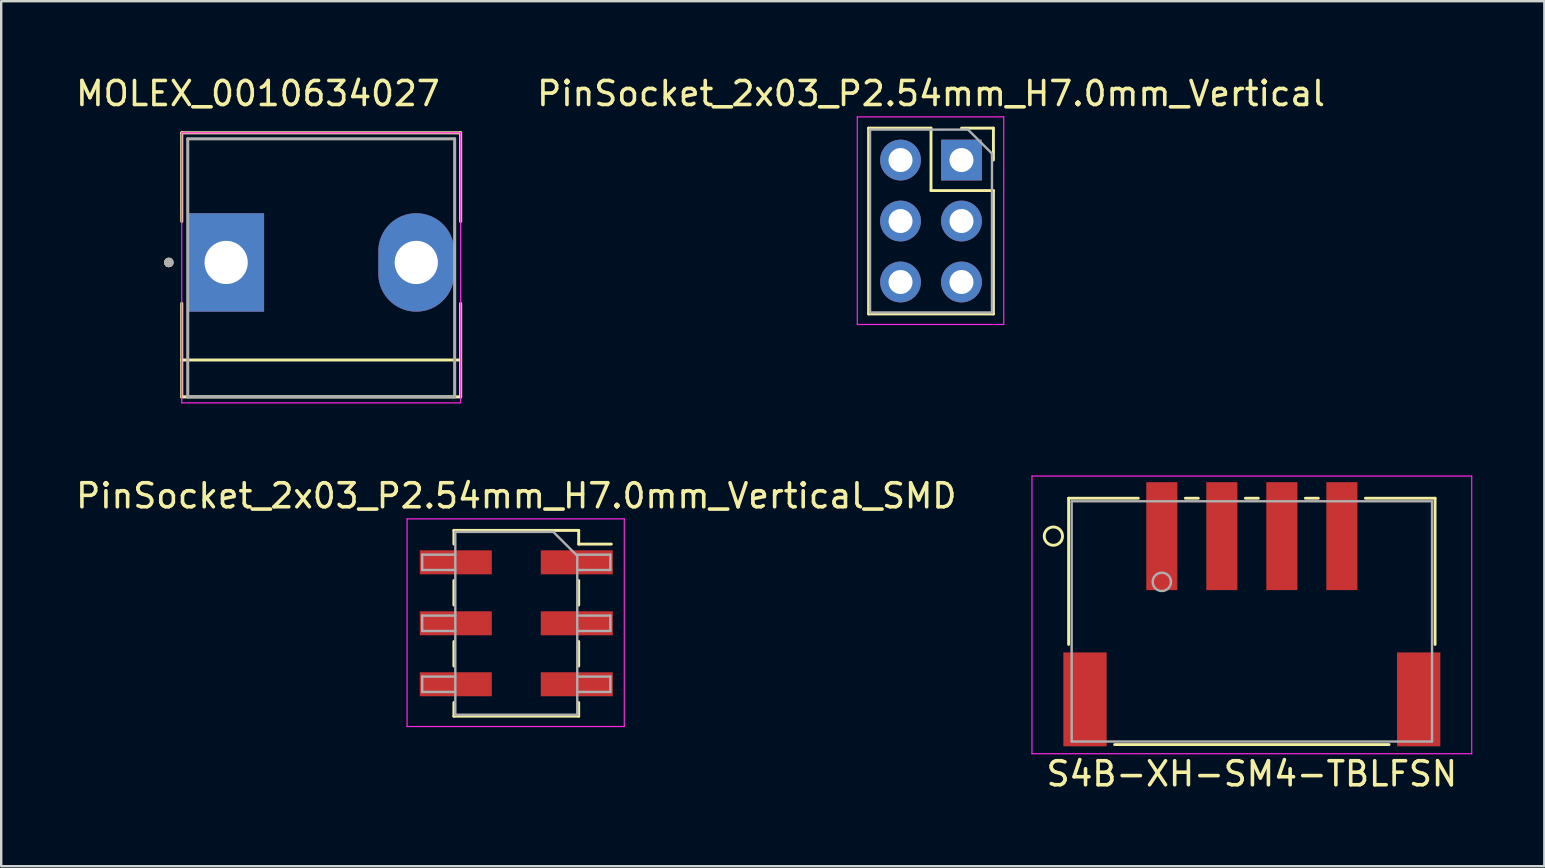
<source format=kicad_pcb>
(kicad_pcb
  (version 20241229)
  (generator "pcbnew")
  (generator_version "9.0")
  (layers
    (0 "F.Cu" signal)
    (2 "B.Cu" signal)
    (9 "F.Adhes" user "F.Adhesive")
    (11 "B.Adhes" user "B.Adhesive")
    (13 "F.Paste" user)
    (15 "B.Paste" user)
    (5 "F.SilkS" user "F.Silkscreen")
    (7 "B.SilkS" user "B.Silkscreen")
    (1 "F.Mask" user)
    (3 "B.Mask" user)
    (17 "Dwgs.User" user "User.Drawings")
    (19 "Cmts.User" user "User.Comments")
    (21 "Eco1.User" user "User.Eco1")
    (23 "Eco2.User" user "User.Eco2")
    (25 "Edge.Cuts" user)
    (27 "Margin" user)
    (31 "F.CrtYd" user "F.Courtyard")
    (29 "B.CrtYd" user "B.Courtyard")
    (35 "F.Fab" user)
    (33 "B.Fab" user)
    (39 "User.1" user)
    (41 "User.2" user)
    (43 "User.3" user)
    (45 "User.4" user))
  (footprint "MOLEX_0010634027"
    (layer "F.Cu")
    (at 10.331 7.883)
    (property "Reference" "MOLEX_0010634027" (at -2.635 -7.035 0) (layer "F.SilkS") (effects (font (size 1 1) (thickness 0.15))))
    (attr through_hole)
    (fp_line (start -5.81 -5.4) (end -5.81 -1.708) (stroke (width 0.127) (type solid)) (layer "F.SilkS"))
    (fp_line (start -5.81 4.064) (end 5.81 4.064) (stroke (width 0.12) (type solid)) (layer "F.SilkS"))
    (fp_line (start -5.81 5.6) (end -5.81 1.708) (stroke (width 0.127) (type solid)) (layer "F.SilkS"))
    (fp_line (start -5.81 5.6) (end 5.81 5.6) (stroke (width 0.127) (type solid)) (layer "F.SilkS"))
    (fp_line (start 5.81 -5.4) (end -5.81 -5.4) (stroke (width 0.127) (type solid)) (layer "F.SilkS"))
    (fp_line (start 5.81 -1.708) (end 5.81 -5.4) (stroke (width 0.127) (type solid)) (layer "F.SilkS"))
    (fp_line (start 5.81 5.6) (end 5.81 1.708) (stroke (width 0.127) (type solid)) (layer "F.SilkS"))
    (fp_circle (center -6.348 0) (end -6.247 0) (stroke (width 0.2) (type solid)) (fill no) (layer "F.SilkS"))
    (fp_line (start -5.81 -5.4) (end -5.81 5.85) (stroke (width 0.05) (type solid)) (layer "F.CrtYd"))
    (fp_line (start -5.81 5.85) (end 5.81 5.85) (stroke (width 0.05) (type solid)) (layer "F.CrtYd"))
    (fp_line (start 5.81 -5.4) (end -5.81 -5.4) (stroke (width 0.05) (type solid)) (layer "F.CrtYd"))
    (fp_line (start 5.81 5.85) (end 5.81 -5.4) (stroke (width 0.05) (type solid)) (layer "F.CrtYd"))
    (fp_line (start -5.56 -5.15) (end -5.56 5.6) (stroke (width 0.127) (type solid)) (layer "F.Fab"))
    (fp_line (start -5.56 5.6) (end 5.56 5.6) (stroke (width 0.127) (type solid)) (layer "F.Fab"))
    (fp_line (start 5.56 -5.15) (end -5.56 -5.15) (stroke (width 0.127) (type solid)) (layer "F.Fab"))
    (fp_line (start 5.56 5.6) (end 5.56 -5.15) (stroke (width 0.127) (type solid)) (layer "F.Fab"))
    (fp_circle (center -6.348 0) (end -6.247 0) (stroke (width 0.2) (type solid)) (fill no) (layer "F.Fab"))
    (pad "1" thru_hole rect (at -3.96 0) (size 3.16 4.1) (drill 1.8) (layers "*.Cu" "*.Mask"))
    (pad "2" thru_hole oval (at 3.96 0) (size 3.16 4.1) (drill 1.8) (layers "*.Cu" "*.Mask")))
  (footprint "PinSocket_2x03_P2.54mm_H7.0mm_Vertical_SMD"
    (layer "F.Cu")
    (at 18.458 22.916)
    (property "Reference" "PinSocket_2x03_P2.54mm_H7.0mm_Vertical_SMD" (at 0 -5.31 0) (layer "F.SilkS") (effects (font (size 1 1) (thickness 0.15))))
    (attr smd)
    (fp_line (start -2.6 -3.87) (end -2.6 -3.3) (stroke (width 0.12) (type solid)) (layer "F.SilkS"))
    (fp_line (start -2.6 -3.87) (end 2.6 -3.87) (stroke (width 0.12) (type solid)) (layer "F.SilkS"))
    (fp_line (start -2.6 -1.78) (end -2.6 -0.76) (stroke (width 0.12) (type solid)) (layer "F.SilkS"))
    (fp_line (start -2.6 0.76) (end -2.6 1.78) (stroke (width 0.12) (type solid)) (layer "F.SilkS"))
    (fp_line (start -2.6 3.3) (end -2.6 3.87) (stroke (width 0.12) (type solid)) (layer "F.SilkS"))
    (fp_line (start -2.6 3.87) (end 2.6 3.87) (stroke (width 0.12) (type solid)) (layer "F.SilkS"))
    (fp_line (start 2.6 -3.87) (end 2.6 -3.3) (stroke (width 0.12) (type solid)) (layer "F.SilkS"))
    (fp_line (start 2.6 -3.3) (end 3.96 -3.3) (stroke (width 0.12) (type solid)) (layer "F.SilkS"))
    (fp_line (start 2.6 -1.78) (end 2.6 -0.76) (stroke (width 0.12) (type solid)) (layer "F.SilkS"))
    (fp_line (start 2.6 0.76) (end 2.6 1.78) (stroke (width 0.12) (type solid)) (layer "F.SilkS"))
    (fp_line (start 2.6 3.3) (end 2.6 3.87) (stroke (width 0.12) (type solid)) (layer "F.SilkS"))
    (fp_line (start -4.55 -4.35) (end 4.5 -4.35) (stroke (width 0.05) (type solid)) (layer "F.CrtYd"))
    (fp_line (start -4.55 4.3) (end -4.55 -4.35) (stroke (width 0.05) (type solid)) (layer "F.CrtYd"))
    (fp_line (start 4.5 -4.35) (end 4.5 4.3) (stroke (width 0.05) (type solid)) (layer "F.CrtYd"))
    (fp_line (start 4.5 4.3) (end -4.55 4.3) (stroke (width 0.05) (type solid)) (layer "F.CrtYd"))
    (fp_line (start -3.92 -2.86) (end -2.54 -2.86) (stroke (width 0.1) (type solid)) (layer "F.Fab"))
    (fp_line (start -3.92 -2.22) (end -3.92 -2.86) (stroke (width 0.1) (type solid)) (layer "F.Fab"))
    (fp_line (start -3.92 -0.32) (end -2.54 -0.32) (stroke (width 0.1) (type solid)) (layer "F.Fab"))
    (fp_line (start -3.92 0.32) (end -3.92 -0.32) (stroke (width 0.1) (type solid)) (layer "F.Fab"))
    (fp_line (start -3.92 2.22) (end -2.54 2.22) (stroke (width 0.1) (type solid)) (layer "F.Fab"))
    (fp_line (start -3.92 2.86) (end -3.92 2.22) (stroke (width 0.1) (type solid)) (layer "F.Fab"))
    (fp_line (start -2.54 -3.81) (end 1.54 -3.81) (stroke (width 0.1) (type solid)) (layer "F.Fab"))
    (fp_line (start -2.54 -2.22) (end -3.92 -2.22) (stroke (width 0.1) (type solid)) (layer "F.Fab"))
    (fp_line (start -2.54 0.32) (end -3.92 0.32) (stroke (width 0.1) (type solid)) (layer "F.Fab"))
    (fp_line (start -2.54 2.86) (end -3.92 2.86) (stroke (width 0.1) (type solid)) (layer "F.Fab"))
    (fp_line (start -2.54 3.81) (end -2.54 -3.81) (stroke (width 0.1) (type solid)) (layer "F.Fab"))
    (fp_line (start 1.54 -3.81) (end 2.54 -2.81) (stroke (width 0.1) (type solid)) (layer "F.Fab"))
    (fp_line (start 2.54 -2.86) (end 3.92 -2.86) (stroke (width 0.1) (type solid)) (layer "F.Fab"))
    (fp_line (start 2.54 -2.81) (end 2.54 3.81) (stroke (width 0.1) (type solid)) (layer "F.Fab"))
    (fp_line (start 2.54 -0.32) (end 3.92 -0.32) (stroke (width 0.1) (type solid)) (layer "F.Fab"))
    (fp_line (start 2.54 2.22) (end 3.92 2.22) (stroke (width 0.1) (type solid)) (layer "F.Fab"))
    (fp_line (start 2.54 3.81) (end -2.54 3.81) (stroke (width 0.1) (type solid)) (layer "F.Fab"))
    (fp_line (start 3.92 -2.86) (end 3.92 -2.22) (stroke (width 0.1) (type solid)) (layer "F.Fab"))
    (fp_line (start 3.92 -2.22) (end 2.54 -2.22) (stroke (width 0.1) (type solid)) (layer "F.Fab"))
    (fp_line (start 3.92 -0.32) (end 3.92 0.32) (stroke (width 0.1) (type solid)) (layer "F.Fab"))
    (fp_line (start 3.92 0.32) (end 2.54 0.32) (stroke (width 0.1) (type solid)) (layer "F.Fab"))
    (fp_line (start 3.92 2.22) (end 3.92 2.86) (stroke (width 0.1) (type solid)) (layer "F.Fab"))
    (fp_line (start 3.92 2.86) (end 2.54 2.86) (stroke (width 0.1) (type solid)) (layer "F.Fab"))
    (pad "1" smd rect (at 2.52 -2.54) (size 3 1) (layers "F.Cu" "F.Mask" "F.Paste"))
    (pad "2" smd rect (at -2.52 -2.54) (size 3 1) (layers "F.Cu" "F.Mask" "F.Paste"))
    (pad "3" smd rect (at 2.52 0) (size 3 1) (layers "F.Cu" "F.Mask" "F.Paste"))
    (pad "4" smd rect (at -2.52 0) (size 3 1) (layers "F.Cu" "F.Mask" "F.Paste"))
    (pad "5" smd rect (at 2.52 2.54) (size 3 1) (layers "F.Cu" "F.Mask" "F.Paste"))
    (pad "6" smd rect (at -2.52 2.54) (size 3 1) (layers "F.Cu" "F.Mask" "F.Paste")))
  (footprint "S4B-XH-SM4-TBLFSN"
    (layer "F.Cu")
    (at 49.101 22.837)
    (property "Reference" "S4B-XH-SM4-TBLFSN" (at 0 6.35 0) (layer "F.SilkS") (effects (font (size 1 1) (thickness 0.15))))
    (attr through_hole)
    (fp_line (start -7.633 -5.131) (end -7.633 0.959) (stroke (width 0.12) (type solid)) (layer "F.SilkS"))
    (fp_line (start -5.716 5.131) (end 5.716 5.131) (stroke (width 0.12) (type solid)) (layer "F.SilkS"))
    (fp_line (start -4.73 -5.131) (end -7.633 -5.131) (stroke (width 0.12) (type solid)) (layer "F.SilkS"))
    (fp_line (start -2.23 -5.131) (end -2.77 -5.131) (stroke (width 0.12) (type solid)) (layer "F.SilkS"))
    (fp_line (start 0.27 -5.131) (end -0.27 -5.131) (stroke (width 0.12) (type solid)) (layer "F.SilkS"))
    (fp_line (start 2.77 -5.131) (end 2.23 -5.131) (stroke (width 0.12) (type solid)) (layer "F.SilkS"))
    (fp_line (start 7.633 -5.131) (end 4.73 -5.131) (stroke (width 0.12) (type solid)) (layer "F.SilkS"))
    (fp_line (start 7.633 0.959) (end 7.633 -5.131) (stroke (width 0.12) (type solid)) (layer "F.SilkS"))
    (fp_circle (center -8.268 -3.552) (end -7.887 -3.552) (stroke (width 0.12) (type solid)) (fill no) (layer "F.SilkS"))
    (fp_line (start -9.16 -6.054) (end -9.16 5.512) (stroke (width 0.05) (type solid)) (layer "F.CrtYd"))
    (fp_line (start -9.16 5.512) (end 9.16 5.512) (stroke (width 0.05) (type solid)) (layer "F.CrtYd"))
    (fp_line (start 9.16 -6.054) (end -9.16 -6.054) (stroke (width 0.05) (type solid)) (layer "F.CrtYd"))
    (fp_line (start 9.16 5.512) (end 9.16 -6.054) (stroke (width 0.05) (type solid)) (layer "F.CrtYd"))
    (fp_line (start -7.506 -5.004) (end -7.506 5.004) (stroke (width 0.1) (type solid)) (layer "F.Fab"))
    (fp_line (start -7.506 5.004) (end 7.506 5.004) (stroke (width 0.1) (type solid)) (layer "F.Fab"))
    (fp_line (start 7.506 -5.004) (end -7.506 -5.004) (stroke (width 0.1) (type solid)) (layer "F.Fab"))
    (fp_line (start 7.506 5.004) (end 7.506 -5.004) (stroke (width 0.1) (type solid)) (layer "F.Fab"))
    (fp_circle (center -3.75 -1.647) (end -3.369 -1.647) (stroke (width 0.1) (type solid)) (fill no) (layer "F.Fab"))
    (pad "1" smd rect (at -3.75 -3.552) (size 1.295 4.496) (layers "F.Cu" "F.Mask" "F.Paste"))
    (pad "2" smd rect (at -1.25 -3.552) (size 1.295 4.496) (layers "F.Cu" "F.Mask" "F.Paste"))
    (pad "3" smd rect (at 1.25 -3.552) (size 1.295 4.496) (layers "F.Cu" "F.Mask" "F.Paste"))
    (pad "4" smd rect (at 3.75 -3.552) (size 1.295 4.496) (layers "F.Cu" "F.Mask" "F.Paste"))
    (pad "5" smd rect (at -6.95 3.248 90) (size 3.912 1.803) (layers "F.Cu" "F.Mask" "F.Paste"))
    (pad "6" smd rect (at 6.95 3.248 90) (size 3.912 1.803) (layers "F.Cu" "F.Mask" "F.Paste")))
  (footprint "PinSocket_2x03_P2.54mm_H7.0mm_Vertical"
    (layer "F.Cu")
    (at 37.005 3.618)
    (property "Reference" "PinSocket_2x03_P2.54mm_H7.0mm_Vertical" (at -1.27 -2.77 0) (layer "F.SilkS") (effects (font (size 1 1) (thickness 0.15))))
    (attr through_hole)
    (fp_line (start -3.87 -1.33) (end -3.87 6.41) (stroke (width 0.12) (type solid)) (layer "F.SilkS"))
    (fp_line (start -3.87 -1.33) (end -1.27 -1.33) (stroke (width 0.12) (type solid)) (layer "F.SilkS"))
    (fp_line (start -3.87 6.41) (end 1.33 6.41) (stroke (width 0.12) (type solid)) (layer "F.SilkS"))
    (fp_line (start -1.27 -1.33) (end -1.27 1.27) (stroke (width 0.12) (type solid)) (layer "F.SilkS"))
    (fp_line (start -1.27 1.27) (end 1.33 1.27) (stroke (width 0.12) (type solid)) (layer "F.SilkS"))
    (fp_line (start 0 -1.33) (end 1.33 -1.33) (stroke (width 0.12) (type solid)) (layer "F.SilkS"))
    (fp_line (start 1.33 -1.33) (end 1.33 0) (stroke (width 0.12) (type solid)) (layer "F.SilkS"))
    (fp_line (start 1.33 1.27) (end 1.33 6.41) (stroke (width 0.12) (type solid)) (layer "F.SilkS"))
    (fp_line (start -4.34 -1.8) (end 1.76 -1.8) (stroke (width 0.05) (type solid)) (layer "F.CrtYd"))
    (fp_line (start -4.34 6.85) (end -4.34 -1.8) (stroke (width 0.05) (type solid)) (layer "F.CrtYd"))
    (fp_line (start 1.76 -1.8) (end 1.76 6.85) (stroke (width 0.05) (type solid)) (layer "F.CrtYd"))
    (fp_line (start 1.76 6.85) (end -4.34 6.85) (stroke (width 0.05) (type solid)) (layer "F.CrtYd"))
    (fp_line (start -3.81 -1.27) (end 0.27 -1.27) (stroke (width 0.1) (type solid)) (layer "F.Fab"))
    (fp_line (start -3.81 6.35) (end -3.81 -1.27) (stroke (width 0.1) (type solid)) (layer "F.Fab"))
    (fp_line (start 0.27 -1.27) (end 1.27 -0.27) (stroke (width 0.1) (type solid)) (layer "F.Fab"))
    (fp_line (start 1.27 -0.27) (end 1.27 6.35) (stroke (width 0.1) (type solid)) (layer "F.Fab"))
    (fp_line (start 1.27 6.35) (end -3.81 6.35) (stroke (width 0.1) (type solid)) (layer "F.Fab"))
    (pad "1" thru_hole rect (at 0 0) (size 1.7 1.7) (drill 1) (layers "*.Cu" "*.Mask"))
    (pad "2" thru_hole oval (at -2.54 0) (size 1.7 1.7) (drill 1) (layers "*.Cu" "*.Mask"))
    (pad "3" thru_hole oval (at 0 2.54) (size 1.7 1.7) (drill 1) (layers "*.Cu" "*.Mask"))
    (pad "4" thru_hole oval (at -2.54 2.54) (size 1.7 1.7) (drill 1) (layers "*.Cu" "*.Mask"))
    (pad "5" thru_hole oval (at 0 5.08) (size 1.7 1.7) (drill 1) (layers "*.Cu" "*.Mask"))
    (pad "6" thru_hole oval (at -2.54 5.08) (size 1.7 1.7) (drill 1) (layers "*.Cu" "*.Mask")))
  (gr_rect
    (start -3 -3)
    (end 61.286 33.035)
    (stroke (width 0.1) (type default))
    (fill no)
    (layer "Edge.Cuts")))
</source>
